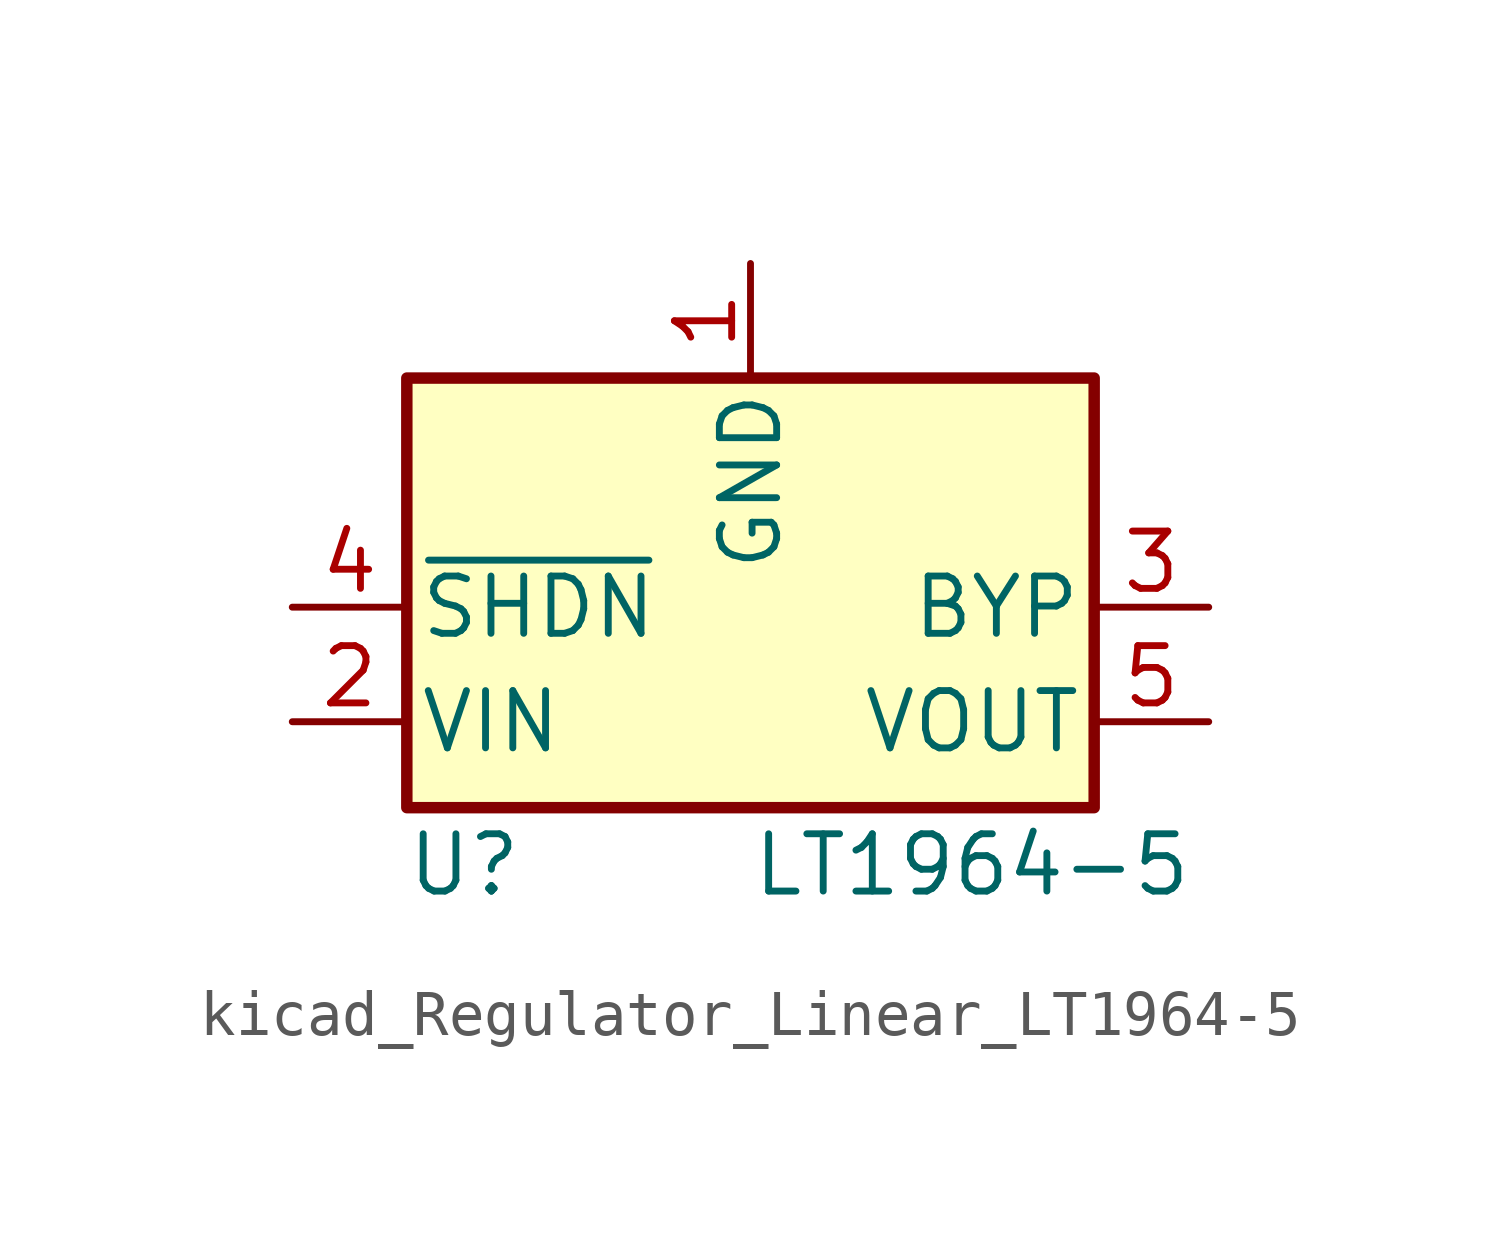
<source format=kicad_sym>
(kicad_symbol_lib
  (version 20220914)
  (generator kicad_symbol_editor)
  (symbol "kicad_Regulator_Linear_LT1964-5"
    (pin_names
      (offset 0.254))
    (property "Reference" "U"
      (at -6.35 -5.715 0)
      (effects (font (size 1.27 1.27))))
    (property "Value" "LT1964-5"
      (at 0 -5.715 0)
      (effects (font (size 1.27 1.27)) (justify left)))
    (symbol "kicad_Regulator_Linear_LT1964-5_0_1"
      (rectangle (start -7.62 5.08) (end 7.62 -4.445) (stroke (width 0.254) (type default)) (fill (type background))))
    (symbol "kicad_Regulator_Linear_LT1964-5_1_1"
      (pin power_in line (at 0 7.62 270) (length 2.54) (name "GND" (effects (font (size 1.27 1.27)))) (number "1" (effects (font (size 1.27 1.27)))))
      (pin power_in line (at -10.16 -2.54 0) (length 2.54) (name "VIN" (effects (font (size 1.27 1.27)))) (number "2" (effects (font (size 1.27 1.27)))))
      (pin passive line (at 10.16 0 180) (length 2.54) (name "BYP" (effects (font (size 1.27 1.27)))) (number "3" (effects (font (size 1.27 1.27)))))
      (pin input line (at -10.16 0 0) (length 2.54) (name "~{SHDN}" (effects (font (size 1.27 1.27)))) (number "4" (effects (font (size 1.27 1.27)))))
      (pin power_out line (at 10.16 -2.54 180) (length 2.54) (name "VOUT" (effects (font (size 1.27 1.27)))) (number "5" (effects (font (size 1.27 1.27))))))))
</source>
